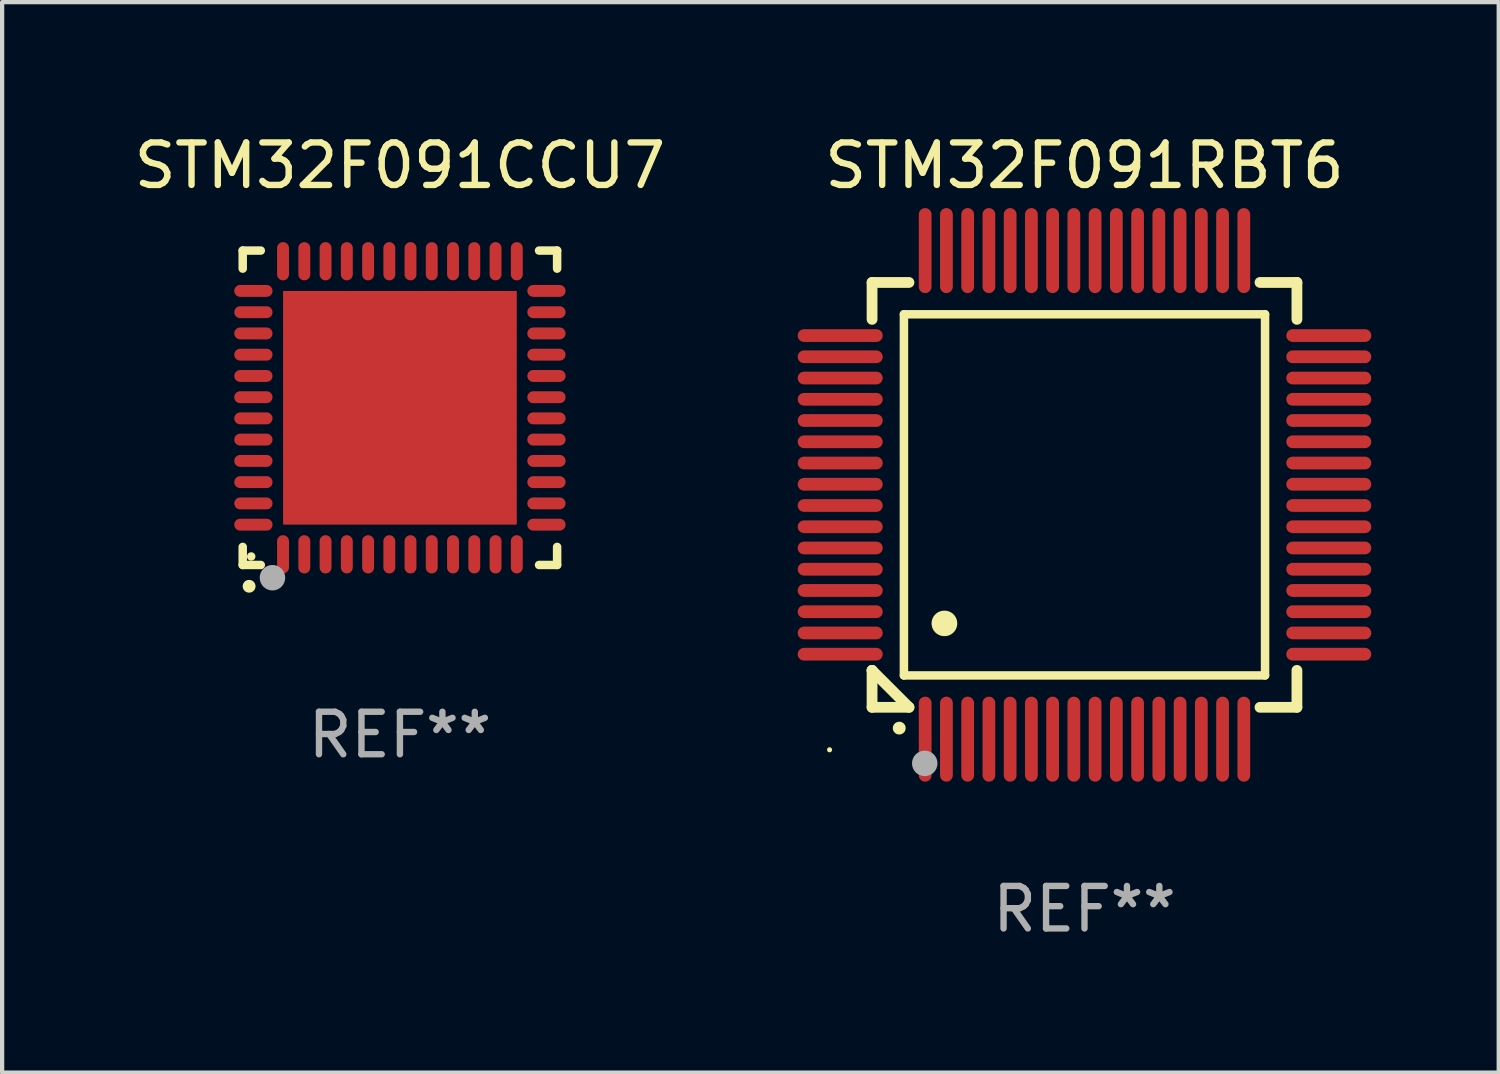
<source format=kicad_pcb>
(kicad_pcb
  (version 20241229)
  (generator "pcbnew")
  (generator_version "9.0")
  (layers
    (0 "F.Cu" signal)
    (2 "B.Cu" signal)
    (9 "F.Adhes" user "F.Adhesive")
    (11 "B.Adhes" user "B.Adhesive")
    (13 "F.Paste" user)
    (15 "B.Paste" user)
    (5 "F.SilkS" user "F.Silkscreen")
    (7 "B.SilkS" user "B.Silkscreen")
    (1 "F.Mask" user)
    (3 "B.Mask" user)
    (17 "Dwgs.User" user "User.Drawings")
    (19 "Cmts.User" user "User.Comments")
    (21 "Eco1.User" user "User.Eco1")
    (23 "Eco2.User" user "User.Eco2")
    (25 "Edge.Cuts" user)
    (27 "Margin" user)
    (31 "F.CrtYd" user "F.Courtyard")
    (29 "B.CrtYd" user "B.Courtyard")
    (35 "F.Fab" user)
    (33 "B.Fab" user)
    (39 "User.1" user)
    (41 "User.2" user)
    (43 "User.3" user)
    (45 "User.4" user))
  (footprint "STM32F091CCU7"
    (layer "F.Cu")
    (at 6.363 6.548)
    (property "Reference" "STM32F091CCU7" (at 0 -5.7 0) (layer "F.SilkS") (effects (font (size 1 1) (thickness 0.15))))
    (attr through_hole)
    (fp_line (start -3.7 -3.7) (end -3.275 -3.7) (stroke (width 0.2) (type solid)) (layer "F.SilkS"))
    (fp_line (start -3.7 -3.275) (end -3.7 -3.7) (stroke (width 0.2) (type solid)) (layer "F.SilkS"))
    (fp_line (start -3.7 3.7) (end -3.7 3.275) (stroke (width 0.2) (type solid)) (layer "F.SilkS"))
    (fp_line (start -3.275 3.7) (end -3.7 3.7) (stroke (width 0.2) (type solid)) (layer "F.SilkS"))
    (fp_line (start 3.7 -3.7) (end 3.275 -3.7) (stroke (width 0.2) (type solid)) (layer "F.SilkS"))
    (fp_line (start 3.7 -3.275) (end 3.7 -3.7) (stroke (width 0.2) (type solid)) (layer "F.SilkS"))
    (fp_line (start 3.7 3.275) (end 3.7 3.7) (stroke (width 0.2) (type solid)) (layer "F.SilkS"))
    (fp_line (start 3.7 3.7) (end 3.275 3.7) (stroke (width 0.2) (type solid)) (layer "F.SilkS"))
    (fp_arc (start -3.550927 4.201168) (mid -3.549657 4.201163) (end -3.548387 4.201168) (stroke (width 0.3) (type solid)) (layer "F.SilkS"))
    (fp_circle (center -3.5 3.5) (end -3.45 3.5) (stroke (width 0.1) (type solid)) (fill no) (layer "F.SilkS"))
    (fp_circle (center -3 4) (end -2.85 4) (stroke (width 0.3) (type solid)) (fill no) (layer "F.Fab"))
    (fp_text user "REF**" (at 0 7.7 0) (layer "F.Fab") (effects (font (size 1 1) (thickness 0.15))))
    (pad "1" smd oval (at -2.751 3.449) (size 0.28 0.9) (layers "F.Cu" "F.Mask" "F.Paste"))
    (pad "2" smd oval (at -2.25 3.449) (size 0.28 0.9) (layers "F.Cu" "F.Mask" "F.Paste"))
    (pad "3" smd oval (at -1.75 3.449) (size 0.28 0.9) (layers "F.Cu" "F.Mask" "F.Paste"))
    (pad "4" smd oval (at -1.25 3.449) (size 0.28 0.9) (layers "F.Cu" "F.Mask" "F.Paste"))
    (pad "5" smd oval (at -0.749 3.449) (size 0.28 0.9) (layers "F.Cu" "F.Mask" "F.Paste"))
    (pad "6" smd oval (at -0.249 3.449) (size 0.28 0.9) (layers "F.Cu" "F.Mask" "F.Paste"))
    (pad "7" smd oval (at 0.249 3.449) (size 0.28 0.9) (layers "F.Cu" "F.Mask" "F.Paste"))
    (pad "8" smd oval (at 0.749 3.449) (size 0.28 0.9) (layers "F.Cu" "F.Mask" "F.Paste"))
    (pad "9" smd oval (at 1.25 3.449) (size 0.28 0.9) (layers "F.Cu" "F.Mask" "F.Paste"))
    (pad "10" smd oval (at 1.75 3.449) (size 0.28 0.9) (layers "F.Cu" "F.Mask" "F.Paste"))
    (pad "11" smd oval (at 2.251 3.449) (size 0.28 0.9) (layers "F.Cu" "F.Mask" "F.Paste"))
    (pad "12" smd oval (at 2.751 3.449) (size 0.28 0.9) (layers "F.Cu" "F.Mask" "F.Paste"))
    (pad "13" smd oval (at 3.449 2.751) (size 0.9 0.28) (layers "F.Cu" "F.Mask" "F.Paste"))
    (pad "14" smd oval (at 3.449 2.251) (size 0.9 0.28) (layers "F.Cu" "F.Mask" "F.Paste"))
    (pad "15" smd oval (at 3.449 1.75) (size 0.9 0.28) (layers "F.Cu" "F.Mask" "F.Paste"))
    (pad "16" smd oval (at 3.449 1.25) (size 0.9 0.28) (layers "F.Cu" "F.Mask" "F.Paste"))
    (pad "17" smd oval (at 3.449 0.749) (size 0.9 0.28) (layers "F.Cu" "F.Mask" "F.Paste"))
    (pad "18" smd oval (at 3.449 0.249) (size 0.9 0.28) (layers "F.Cu" "F.Mask" "F.Paste"))
    (pad "19" smd oval (at 3.449 -0.249) (size 0.9 0.28) (layers "F.Cu" "F.Mask" "F.Paste"))
    (pad "20" smd oval (at 3.449 -0.749) (size 0.9 0.28) (layers "F.Cu" "F.Mask" "F.Paste"))
    (pad "21" smd oval (at 3.449 -1.25) (size 0.9 0.28) (layers "F.Cu" "F.Mask" "F.Paste"))
    (pad "22" smd oval (at 3.449 -1.75) (size 0.9 0.28) (layers "F.Cu" "F.Mask" "F.Paste"))
    (pad "23" smd oval (at 3.449 -2.25) (size 0.9 0.28) (layers "F.Cu" "F.Mask" "F.Paste"))
    (pad "24" smd oval (at 3.449 -2.751) (size 0.9 0.28) (layers "F.Cu" "F.Mask" "F.Paste"))
    (pad "25" smd oval (at 2.751 -3.449) (size 0.28 0.9) (layers "F.Cu" "F.Mask" "F.Paste"))
    (pad "26" smd oval (at 2.251 -3.449) (size 0.28 0.9) (layers "F.Cu" "F.Mask" "F.Paste"))
    (pad "27" smd oval (at 1.75 -3.449) (size 0.28 0.9) (layers "F.Cu" "F.Mask" "F.Paste"))
    (pad "28" smd oval (at 1.25 -3.449) (size 0.28 0.9) (layers "F.Cu" "F.Mask" "F.Paste"))
    (pad "29" smd oval (at 0.749 -3.449) (size 0.28 0.9) (layers "F.Cu" "F.Mask" "F.Paste"))
    (pad "30" smd oval (at 0.249 -3.449) (size 0.28 0.9) (layers "F.Cu" "F.Mask" "F.Paste"))
    (pad "31" smd oval (at -0.249 -3.449) (size 0.28 0.9) (layers "F.Cu" "F.Mask" "F.Paste"))
    (pad "32" smd oval (at -0.749 -3.449) (size 0.28 0.9) (layers "F.Cu" "F.Mask" "F.Paste"))
    (pad "33" smd oval (at -1.25 -3.449) (size 0.28 0.9) (layers "F.Cu" "F.Mask" "F.Paste"))
    (pad "34" smd oval (at -1.75 -3.449) (size 0.28 0.9) (layers "F.Cu" "F.Mask" "F.Paste"))
    (pad "35" smd oval (at -2.25 -3.449) (size 0.28 0.9) (layers "F.Cu" "F.Mask" "F.Paste"))
    (pad "36" smd oval (at -2.751 -3.449) (size 0.28 0.9) (layers "F.Cu" "F.Mask" "F.Paste"))
    (pad "37" smd oval (at -3.449 -2.751) (size 0.9 0.28) (layers "F.Cu" "F.Mask" "F.Paste"))
    (pad "38" smd oval (at -3.449 -2.25) (size 0.9 0.28) (layers "F.Cu" "F.Mask" "F.Paste"))
    (pad "39" smd oval (at -3.449 -1.75) (size 0.9 0.28) (layers "F.Cu" "F.Mask" "F.Paste"))
    (pad "40" smd oval (at -3.449 -1.25) (size 0.9 0.28) (layers "F.Cu" "F.Mask" "F.Paste"))
    (pad "41" smd oval (at -3.449 -0.749) (size 0.9 0.28) (layers "F.Cu" "F.Mask" "F.Paste"))
    (pad "42" smd oval (at -3.449 -0.249) (size 0.9 0.28) (layers "F.Cu" "F.Mask" "F.Paste"))
    (pad "43" smd oval (at -3.449 0.249) (size 0.9 0.28) (layers "F.Cu" "F.Mask" "F.Paste"))
    (pad "44" smd oval (at -3.449 0.749) (size 0.9 0.28) (layers "F.Cu" "F.Mask" "F.Paste"))
    (pad "45" smd oval (at -3.449 1.25) (size 0.9 0.28) (layers "F.Cu" "F.Mask" "F.Paste"))
    (pad "46" smd oval (at -3.449 1.75) (size 0.9 0.28) (layers "F.Cu" "F.Mask" "F.Paste"))
    (pad "47" smd oval (at -3.449 2.251) (size 0.9 0.28) (layers "F.Cu" "F.Mask" "F.Paste"))
    (pad "48" smd oval (at -3.449 2.751) (size 0.9 0.28) (layers "F.Cu" "F.Mask" "F.Paste"))
    (pad "49" smd rect (at 0.000076 0.000076) (size 5.5 5.5) (layers "F.Cu" "F.Mask" "F.Paste")))
  (footprint "STM32F091RBT6"
    (layer "F.Cu")
    (at 22.476 8.598)
    (property "Reference" "STM32F091RBT6" (at 0 -7.75 0) (layer "F.SilkS") (effects (font (size 1 1) (thickness 0.15))))
    (attr through_hole)
    (fp_line (start -5 -5) (end -4.131 -5) (stroke (width 0.254) (type solid)) (layer "F.SilkS"))
    (fp_line (start -5 -4.131) (end -5 -5) (stroke (width 0.254) (type solid)) (layer "F.SilkS"))
    (fp_line (start -5 4.131) (end -5 4.131) (stroke (width 0.254) (type solid)) (layer "F.SilkS"))
    (fp_line (start -5 5) (end -5 4.131) (stroke (width 0.254) (type solid)) (layer "F.SilkS"))
    (fp_line (start -5 4.131) (end -4.131 5) (stroke (width 0.254) (type solid)) (layer "F.SilkS"))
    (fp_line (start -4.25 -4.25) (end -4.25 4.25) (stroke (width 0.2) (type solid)) (layer "F.SilkS"))
    (fp_line (start -4.25 4.25) (end 4.25 4.25) (stroke (width 0.2) (type solid)) (layer "F.SilkS"))
    (fp_line (start -4.131 5) (end -5 5) (stroke (width 0.254) (type solid)) (layer "F.SilkS"))
    (fp_line (start 4.25 -4.25) (end -4.25 -4.25) (stroke (width 0.2) (type solid)) (layer "F.SilkS"))
    (fp_line (start 4.25 4.25) (end 4.25 -4.25) (stroke (width 0.2) (type solid)) (layer "F.SilkS"))
    (fp_line (start 5 -5) (end 4.131 -5) (stroke (width 0.254) (type solid)) (layer "F.SilkS"))
    (fp_line (start 5 -5) (end 5 -4.131) (stroke (width 0.254) (type solid)) (layer "F.SilkS"))
    (fp_line (start 5 4.131) (end 5 5) (stroke (width 0.254) (type solid)) (layer "F.SilkS"))
    (fp_line (start 5 5) (end 4.131 5) (stroke (width 0.254) (type solid)) (layer "F.SilkS"))
    (fp_arc (start -4.361265 5.489992) (mid -4.359995 5.489987) (end -4.358725 5.489992) (stroke (width 0.3) (type solid)) (layer "F.SilkS"))
    (fp_arc (start -3.299467 3.025146) (mid -3.296927 3.025135) (end -3.294387 3.025146) (stroke (width 0.6) (type solid)) (layer "F.SilkS"))
    (fp_circle (center -6 6) (end -5.97 6) (stroke (width 0.06) (type solid)) (fill no) (layer "F.SilkS"))
    (fp_circle (center -3.76 6.32) (end -3.61 6.32) (stroke (width 0.3) (type solid)) (fill no) (layer "F.Fab"))
    (fp_text user "REF**" (at 0 9.75 0) (layer "F.Fab") (effects (font (size 1 1) (thickness 0.15))))
    (pad "1" smd oval (at -3.75 5.75) (size 0.3 2) (layers "F.Cu" "F.Mask" "F.Paste"))
    (pad "2" smd oval (at -3.25 5.75) (size 0.3 2) (layers "F.Cu" "F.Mask" "F.Paste"))
    (pad "3" smd oval (at -2.75 5.75) (size 0.3 2) (layers "F.Cu" "F.Mask" "F.Paste"))
    (pad "4" smd oval (at -2.25 5.75) (size 0.3 2) (layers "F.Cu" "F.Mask" "F.Paste"))
    (pad "5" smd oval (at -1.75 5.75) (size 0.3 2) (layers "F.Cu" "F.Mask" "F.Paste"))
    (pad "6" smd oval (at -1.25 5.75) (size 0.3 2) (layers "F.Cu" "F.Mask" "F.Paste"))
    (pad "7" smd oval (at -0.75 5.75) (size 0.3 2) (layers "F.Cu" "F.Mask" "F.Paste"))
    (pad "8" smd oval (at -0.25 5.75) (size 0.3 2) (layers "F.Cu" "F.Mask" "F.Paste"))
    (pad "9" smd oval (at 0.25 5.75) (size 0.3 2) (layers "F.Cu" "F.Mask" "F.Paste"))
    (pad "10" smd oval (at 0.75 5.75) (size 0.3 2) (layers "F.Cu" "F.Mask" "F.Paste"))
    (pad "11" smd oval (at 1.25 5.75) (size 0.3 2) (layers "F.Cu" "F.Mask" "F.Paste"))
    (pad "12" smd oval (at 1.75 5.75) (size 0.3 2) (layers "F.Cu" "F.Mask" "F.Paste"))
    (pad "13" smd oval (at 2.25 5.75) (size 0.3 2) (layers "F.Cu" "F.Mask" "F.Paste"))
    (pad "14" smd oval (at 2.75 5.75) (size 0.3 2) (layers "F.Cu" "F.Mask" "F.Paste"))
    (pad "15" smd oval (at 3.25 5.75) (size 0.3 2) (layers "F.Cu" "F.Mask" "F.Paste"))
    (pad "16" smd oval (at 3.75 5.75) (size 0.3 2) (layers "F.Cu" "F.Mask" "F.Paste"))
    (pad "17" smd oval (at 5.75 3.75) (size 2 0.3) (layers "F.Cu" "F.Mask" "F.Paste"))
    (pad "18" smd oval (at 5.75 3.25) (size 2 0.3) (layers "F.Cu" "F.Mask" "F.Paste"))
    (pad "19" smd oval (at 5.75 2.75) (size 2 0.3) (layers "F.Cu" "F.Mask" "F.Paste"))
    (pad "20" smd oval (at 5.75 2.25) (size 2 0.3) (layers "F.Cu" "F.Mask" "F.Paste"))
    (pad "21" smd oval (at 5.75 1.75) (size 2 0.3) (layers "F.Cu" "F.Mask" "F.Paste"))
    (pad "22" smd oval (at 5.75 1.25) (size 2 0.3) (layers "F.Cu" "F.Mask" "F.Paste"))
    (pad "23" smd oval (at 5.75 0.75) (size 2 0.3) (layers "F.Cu" "F.Mask" "F.Paste"))
    (pad "24" smd oval (at 5.75 0.25) (size 2 0.3) (layers "F.Cu" "F.Mask" "F.Paste"))
    (pad "25" smd oval (at 5.75 -0.25) (size 2 0.3) (layers "F.Cu" "F.Mask" "F.Paste"))
    (pad "26" smd oval (at 5.75 -0.75) (size 2 0.3) (layers "F.Cu" "F.Mask" "F.Paste"))
    (pad "27" smd oval (at 5.75 -1.25) (size 2 0.3) (layers "F.Cu" "F.Mask" "F.Paste"))
    (pad "28" smd oval (at 5.75 -1.75) (size 2 0.3) (layers "F.Cu" "F.Mask" "F.Paste"))
    (pad "29" smd oval (at 5.75 -2.25) (size 2 0.3) (layers "F.Cu" "F.Mask" "F.Paste"))
    (pad "30" smd oval (at 5.75 -2.75) (size 2 0.3) (layers "F.Cu" "F.Mask" "F.Paste"))
    (pad "31" smd oval (at 5.75 -3.25) (size 2 0.3) (layers "F.Cu" "F.Mask" "F.Paste"))
    (pad "32" smd oval (at 5.75 -3.75) (size 2 0.3) (layers "F.Cu" "F.Mask" "F.Paste"))
    (pad "33" smd oval (at 3.75 -5.75) (size 0.3 2) (layers "F.Cu" "F.Mask" "F.Paste"))
    (pad "34" smd oval (at 3.25 -5.75) (size 0.3 2) (layers "F.Cu" "F.Mask" "F.Paste"))
    (pad "35" smd oval (at 2.75 -5.75) (size 0.3 2) (layers "F.Cu" "F.Mask" "F.Paste"))
    (pad "36" smd oval (at 2.25 -5.75) (size 0.3 2) (layers "F.Cu" "F.Mask" "F.Paste"))
    (pad "37" smd oval (at 1.75 -5.75) (size 0.3 2) (layers "F.Cu" "F.Mask" "F.Paste"))
    (pad "38" smd oval (at 1.25 -5.75) (size 0.3 2) (layers "F.Cu" "F.Mask" "F.Paste"))
    (pad "39" smd oval (at 0.75 -5.75) (size 0.3 2) (layers "F.Cu" "F.Mask" "F.Paste"))
    (pad "40" smd oval (at 0.25 -5.75) (size 0.3 2) (layers "F.Cu" "F.Mask" "F.Paste"))
    (pad "41" smd oval (at -0.25 -5.75) (size 0.3 2) (layers "F.Cu" "F.Mask" "F.Paste"))
    (pad "42" smd oval (at -0.75 -5.75) (size 0.3 2) (layers "F.Cu" "F.Mask" "F.Paste"))
    (pad "43" smd oval (at -1.25 -5.75) (size 0.3 2) (layers "F.Cu" "F.Mask" "F.Paste"))
    (pad "44" smd oval (at -1.75 -5.75) (size 0.3 2) (layers "F.Cu" "F.Mask" "F.Paste"))
    (pad "45" smd oval (at -2.25 -5.75) (size 0.3 2) (layers "F.Cu" "F.Mask" "F.Paste"))
    (pad "46" smd oval (at -2.75 -5.75) (size 0.3 2) (layers "F.Cu" "F.Mask" "F.Paste"))
    (pad "47" smd oval (at -3.25 -5.75) (size 0.3 2) (layers "F.Cu" "F.Mask" "F.Paste"))
    (pad "48" smd oval (at -3.75 -5.75) (size 0.3 2) (layers "F.Cu" "F.Mask" "F.Paste"))
    (pad "49" smd oval (at -5.75 -3.75) (size 2 0.3) (layers "F.Cu" "F.Mask" "F.Paste"))
    (pad "50" smd oval (at -5.75 -3.25) (size 2 0.3) (layers "F.Cu" "F.Mask" "F.Paste"))
    (pad "51" smd oval (at -5.75 -2.75) (size 2 0.3) (layers "F.Cu" "F.Mask" "F.Paste"))
    (pad "52" smd oval (at -5.75 -2.25) (size 2 0.3) (layers "F.Cu" "F.Mask" "F.Paste"))
    (pad "53" smd oval (at -5.75 -1.75) (size 2 0.3) (layers "F.Cu" "F.Mask" "F.Paste"))
    (pad "54" smd oval (at -5.75 -1.25) (size 2 0.3) (layers "F.Cu" "F.Mask" "F.Paste"))
    (pad "55" smd oval (at -5.75 -0.75) (size 2 0.3) (layers "F.Cu" "F.Mask" "F.Paste"))
    (pad "56" smd oval (at -5.75 -0.25) (size 2 0.3) (layers "F.Cu" "F.Mask" "F.Paste"))
    (pad "57" smd oval (at -5.75 0.25) (size 2 0.3) (layers "F.Cu" "F.Mask" "F.Paste"))
    (pad "58" smd oval (at -5.75 0.75) (size 2 0.3) (layers "F.Cu" "F.Mask" "F.Paste"))
    (pad "59" smd oval (at -5.75 1.25) (size 2 0.3) (layers "F.Cu" "F.Mask" "F.Paste"))
    (pad "60" smd oval (at -5.75 1.75) (size 2 0.3) (layers "F.Cu" "F.Mask" "F.Paste"))
    (pad "61" smd oval (at -5.75 2.25) (size 2 0.3) (layers "F.Cu" "F.Mask" "F.Paste"))
    (pad "62" smd oval (at -5.75 2.75) (size 2 0.3) (layers "F.Cu" "F.Mask" "F.Paste"))
    (pad "63" smd oval (at -5.75 3.25) (size 2 0.3) (layers "F.Cu" "F.Mask" "F.Paste"))
    (pad "64" smd oval (at -5.75 3.75) (size 2 0.3) (layers "F.Cu" "F.Mask" "F.Paste")))
  (gr_rect
    (start -3 -3)
    (end 32.226 22.196)
    (stroke (width 0.1) (type default))
    (fill no)
    (layer "Edge.Cuts")))
</source>
